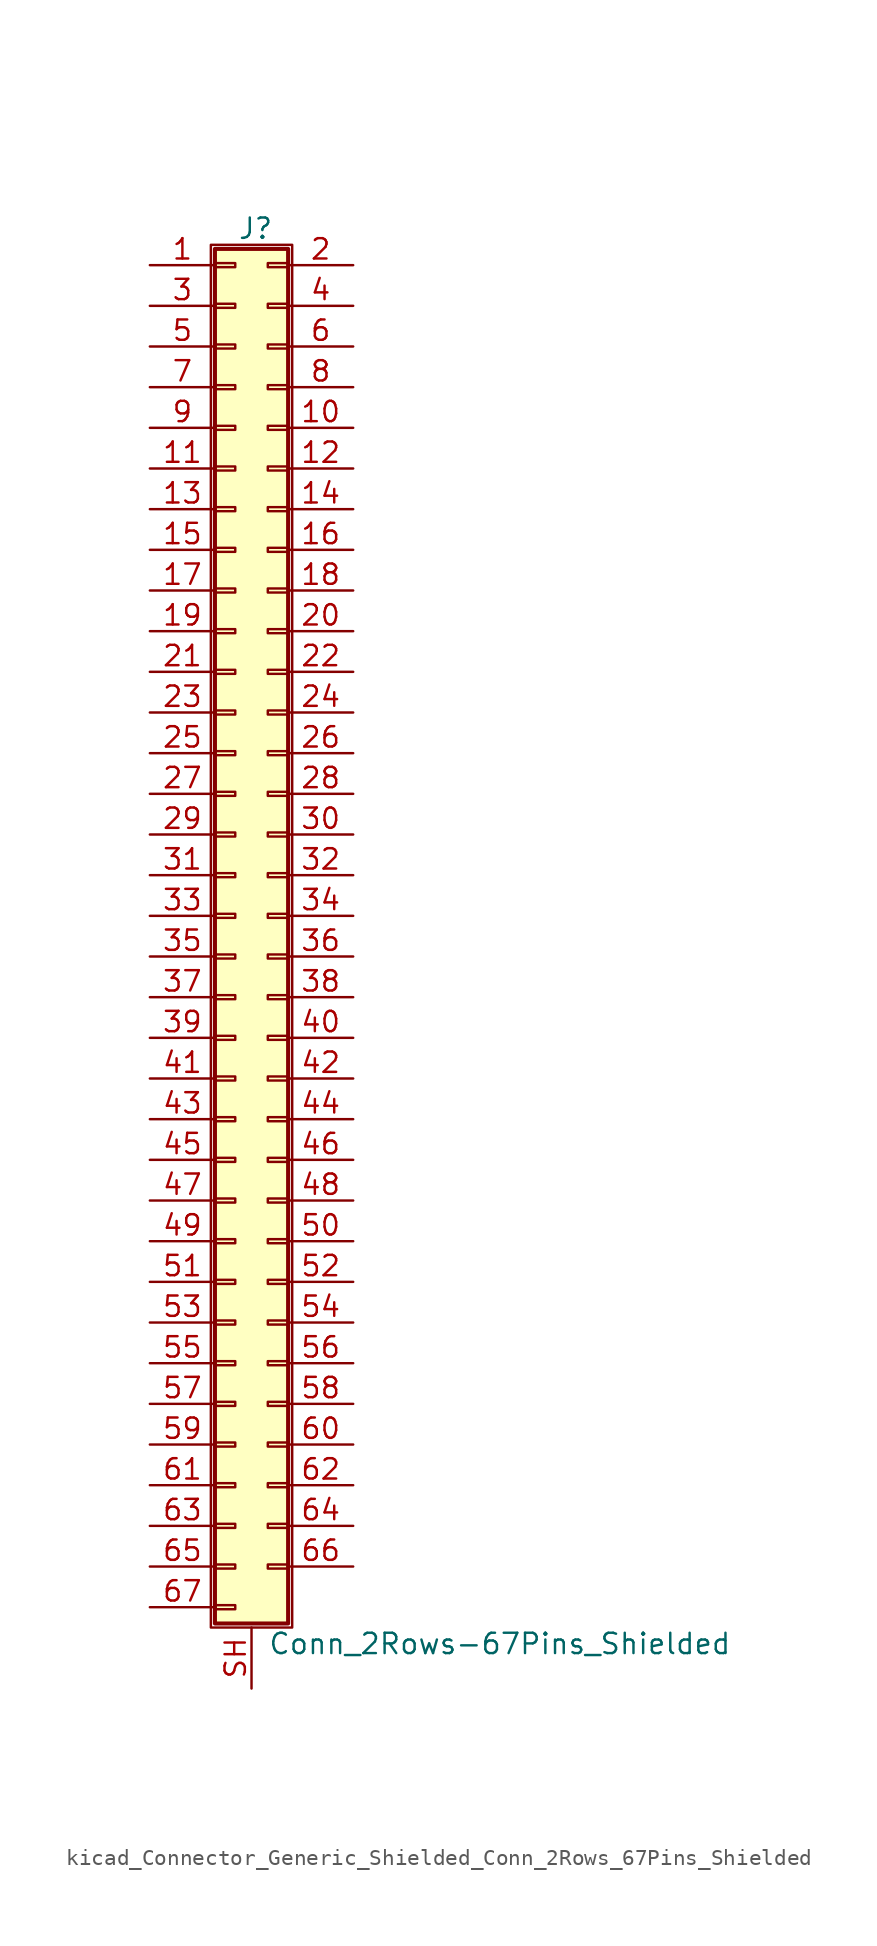
<source format=kicad_sym>
(kicad_symbol_lib
  (version 20220914)
  (generator kicad_symbol_editor)
  (symbol "kicad_Connector_Generic_Shielded_Conn_2Rows_67Pins_Shielded"
    (pin_names
      (offset 1.016) hide)
    (property "Reference" "J"
      (at 1.524 42.926 0)
      (effects (font (size 1.27 1.27))))
    (property "Value" "Conn_2Rows-67Pins_Shielded"
      (at 2.286 -45.466 0)
      (effects (font (size 1.27 1.27)) (justify left)))
    (symbol "kicad_Connector_Generic_Shielded_Conn_2Rows_67Pins_Shielded_1_1"
      (rectangle (start -1.27 41.91) (end 3.81 -44.45) (stroke (width 0.152) (type default)) (fill (type none)))
      (rectangle (start -1.016 -43.053) (end 0.254 -43.307) (stroke (width 0.152) (type default)) (fill (type none)))
      (rectangle (start -1.016 -40.513) (end 0.254 -40.767) (stroke (width 0.152) (type default)) (fill (type none)))
      (rectangle (start -1.016 -37.973) (end 0.254 -38.227) (stroke (width 0.152) (type default)) (fill (type none)))
      (rectangle (start -1.016 -35.433) (end 0.254 -35.687) (stroke (width 0.152) (type default)) (fill (type none)))
      (rectangle (start -1.016 -32.893) (end 0.254 -33.147) (stroke (width 0.152) (type default)) (fill (type none)))
      (rectangle (start -1.016 -30.353) (end 0.254 -30.607) (stroke (width 0.152) (type default)) (fill (type none)))
      (rectangle (start -1.016 -27.813) (end 0.254 -28.067) (stroke (width 0.152) (type default)) (fill (type none)))
      (rectangle (start -1.016 -25.273) (end 0.254 -25.527) (stroke (width 0.152) (type default)) (fill (type none)))
      (rectangle (start -1.016 -22.733) (end 0.254 -22.987) (stroke (width 0.152) (type default)) (fill (type none)))
      (rectangle (start -1.016 -20.193) (end 0.254 -20.447) (stroke (width 0.152) (type default)) (fill (type none)))
      (rectangle (start -1.016 -17.653) (end 0.254 -17.907) (stroke (width 0.152) (type default)) (fill (type none)))
      (rectangle (start -1.016 -15.113) (end 0.254 -15.367) (stroke (width 0.152) (type default)) (fill (type none)))
      (rectangle (start -1.016 -12.573) (end 0.254 -12.827) (stroke (width 0.152) (type default)) (fill (type none)))
      (rectangle (start -1.016 -10.033) (end 0.254 -10.287) (stroke (width 0.152) (type default)) (fill (type none)))
      (rectangle (start -1.016 -7.493) (end 0.254 -7.747) (stroke (width 0.152) (type default)) (fill (type none)))
      (rectangle (start -1.016 -4.953) (end 0.254 -5.207) (stroke (width 0.152) (type default)) (fill (type none)))
      (rectangle (start -1.016 -2.413) (end 0.254 -2.667) (stroke (width 0.152) (type default)) (fill (type none)))
      (rectangle (start -1.016 0.127) (end 0.254 -0.127) (stroke (width 0.152) (type default)) (fill (type none)))
      (rectangle (start -1.016 2.667) (end 0.254 2.413) (stroke (width 0.152) (type default)) (fill (type none)))
      (rectangle (start -1.016 5.207) (end 0.254 4.953) (stroke (width 0.152) (type default)) (fill (type none)))
      (rectangle (start -1.016 7.747) (end 0.254 7.493) (stroke (width 0.152) (type default)) (fill (type none)))
      (rectangle (start -1.016 10.287) (end 0.254 10.033) (stroke (width 0.152) (type default)) (fill (type none)))
      (rectangle (start -1.016 12.827) (end 0.254 12.573) (stroke (width 0.152) (type default)) (fill (type none)))
      (rectangle (start -1.016 15.367) (end 0.254 15.113) (stroke (width 0.152) (type default)) (fill (type none)))
      (rectangle (start -1.016 17.907) (end 0.254 17.653) (stroke (width 0.152) (type default)) (fill (type none)))
      (rectangle (start -1.016 20.447) (end 0.254 20.193) (stroke (width 0.152) (type default)) (fill (type none)))
      (rectangle (start -1.016 22.987) (end 0.254 22.733) (stroke (width 0.152) (type default)) (fill (type none)))
      (rectangle (start -1.016 25.527) (end 0.254 25.273) (stroke (width 0.152) (type default)) (fill (type none)))
      (rectangle (start -1.016 28.067) (end 0.254 27.813) (stroke (width 0.152) (type default)) (fill (type none)))
      (rectangle (start -1.016 30.607) (end 0.254 30.353) (stroke (width 0.152) (type default)) (fill (type none)))
      (rectangle (start -1.016 33.147) (end 0.254 32.893) (stroke (width 0.152) (type default)) (fill (type none)))
      (rectangle (start -1.016 35.687) (end 0.254 35.433) (stroke (width 0.152) (type default)) (fill (type none)))
      (rectangle (start -1.016 38.227) (end 0.254 37.973) (stroke (width 0.152) (type default)) (fill (type none)))
      (rectangle (start -1.016 40.767) (end 0.254 40.513) (stroke (width 0.152) (type default)) (fill (type none)))
      (rectangle (start -1.016 41.656) (end 3.556 -44.196) (stroke (width 0.254) (type default)) (fill (type background)))
      (rectangle (start 3.556 -40.513) (end 2.286 -40.767) (stroke (width 0.152) (type default)) (fill (type none)))
      (rectangle (start 3.556 -37.973) (end 2.286 -38.227) (stroke (width 0.152) (type default)) (fill (type none)))
      (rectangle (start 3.556 -35.433) (end 2.286 -35.687) (stroke (width 0.152) (type default)) (fill (type none)))
      (rectangle (start 3.556 -32.893) (end 2.286 -33.147) (stroke (width 0.152) (type default)) (fill (type none)))
      (rectangle (start 3.556 -30.353) (end 2.286 -30.607) (stroke (width 0.152) (type default)) (fill (type none)))
      (rectangle (start 3.556 -27.813) (end 2.286 -28.067) (stroke (width 0.152) (type default)) (fill (type none)))
      (rectangle (start 3.556 -25.273) (end 2.286 -25.527) (stroke (width 0.152) (type default)) (fill (type none)))
      (rectangle (start 3.556 -22.733) (end 2.286 -22.987) (stroke (width 0.152) (type default)) (fill (type none)))
      (rectangle (start 3.556 -20.193) (end 2.286 -20.447) (stroke (width 0.152) (type default)) (fill (type none)))
      (rectangle (start 3.556 -17.653) (end 2.286 -17.907) (stroke (width 0.152) (type default)) (fill (type none)))
      (rectangle (start 3.556 -15.113) (end 2.286 -15.367) (stroke (width 0.152) (type default)) (fill (type none)))
      (rectangle (start 3.556 -12.573) (end 2.286 -12.827) (stroke (width 0.152) (type default)) (fill (type none)))
      (rectangle (start 3.556 -10.033) (end 2.286 -10.287) (stroke (width 0.152) (type default)) (fill (type none)))
      (rectangle (start 3.556 -7.493) (end 2.286 -7.747) (stroke (width 0.152) (type default)) (fill (type none)))
      (rectangle (start 3.556 -4.953) (end 2.286 -5.207) (stroke (width 0.152) (type default)) (fill (type none)))
      (rectangle (start 3.556 -2.413) (end 2.286 -2.667) (stroke (width 0.152) (type default)) (fill (type none)))
      (rectangle (start 3.556 0.127) (end 2.286 -0.127) (stroke (width 0.152) (type default)) (fill (type none)))
      (rectangle (start 3.556 2.667) (end 2.286 2.413) (stroke (width 0.152) (type default)) (fill (type none)))
      (rectangle (start 3.556 5.207) (end 2.286 4.953) (stroke (width 0.152) (type default)) (fill (type none)))
      (rectangle (start 3.556 7.747) (end 2.286 7.493) (stroke (width 0.152) (type default)) (fill (type none)))
      (rectangle (start 3.556 10.287) (end 2.286 10.033) (stroke (width 0.152) (type default)) (fill (type none)))
      (rectangle (start 3.556 12.827) (end 2.286 12.573) (stroke (width 0.152) (type default)) (fill (type none)))
      (rectangle (start 3.556 15.367) (end 2.286 15.113) (stroke (width 0.152) (type default)) (fill (type none)))
      (rectangle (start 3.556 17.907) (end 2.286 17.653) (stroke (width 0.152) (type default)) (fill (type none)))
      (rectangle (start 3.556 20.447) (end 2.286 20.193) (stroke (width 0.152) (type default)) (fill (type none)))
      (rectangle (start 3.556 22.987) (end 2.286 22.733) (stroke (width 0.152) (type default)) (fill (type none)))
      (rectangle (start 3.556 25.527) (end 2.286 25.273) (stroke (width 0.152) (type default)) (fill (type none)))
      (rectangle (start 3.556 28.067) (end 2.286 27.813) (stroke (width 0.152) (type default)) (fill (type none)))
      (rectangle (start 3.556 30.607) (end 2.286 30.353) (stroke (width 0.152) (type default)) (fill (type none)))
      (rectangle (start 3.556 33.147) (end 2.286 32.893) (stroke (width 0.152) (type default)) (fill (type none)))
      (rectangle (start 3.556 35.687) (end 2.286 35.433) (stroke (width 0.152) (type default)) (fill (type none)))
      (rectangle (start 3.556 38.227) (end 2.286 37.973) (stroke (width 0.152) (type default)) (fill (type none)))
      (rectangle (start 3.556 40.767) (end 2.286 40.513) (stroke (width 0.152) (type default)) (fill (type none)))
      (pin passive line (at -5.08 40.64 0) (length 4.064) (name "Pin_1" (effects (font (size 1.27 1.27)))) (number "1" (effects (font (size 1.27 1.27)))))
      (pin passive line (at 7.62 30.48 180) (length 4.064) (name "Pin_10" (effects (font (size 1.27 1.27)))) (number "10" (effects (font (size 1.27 1.27)))))
      (pin passive line (at -5.08 27.94 0) (length 4.064) (name "Pin_11" (effects (font (size 1.27 1.27)))) (number "11" (effects (font (size 1.27 1.27)))))
      (pin passive line (at 7.62 27.94 180) (length 4.064) (name "Pin_12" (effects (font (size 1.27 1.27)))) (number "12" (effects (font (size 1.27 1.27)))))
      (pin passive line (at -5.08 25.4 0) (length 4.064) (name "Pin_13" (effects (font (size 1.27 1.27)))) (number "13" (effects (font (size 1.27 1.27)))))
      (pin passive line (at 7.62 25.4 180) (length 4.064) (name "Pin_14" (effects (font (size 1.27 1.27)))) (number "14" (effects (font (size 1.27 1.27)))))
      (pin passive line (at -5.08 22.86 0) (length 4.064) (name "Pin_15" (effects (font (size 1.27 1.27)))) (number "15" (effects (font (size 1.27 1.27)))))
      (pin passive line (at 7.62 22.86 180) (length 4.064) (name "Pin_16" (effects (font (size 1.27 1.27)))) (number "16" (effects (font (size 1.27 1.27)))))
      (pin passive line (at -5.08 20.32 0) (length 4.064) (name "Pin_17" (effects (font (size 1.27 1.27)))) (number "17" (effects (font (size 1.27 1.27)))))
      (pin passive line (at 7.62 20.32 180) (length 4.064) (name "Pin_18" (effects (font (size 1.27 1.27)))) (number "18" (effects (font (size 1.27 1.27)))))
      (pin passive line (at -5.08 17.78 0) (length 4.064) (name "Pin_19" (effects (font (size 1.27 1.27)))) (number "19" (effects (font (size 1.27 1.27)))))
      (pin passive line (at 7.62 40.64 180) (length 4.064) (name "Pin_2" (effects (font (size 1.27 1.27)))) (number "2" (effects (font (size 1.27 1.27)))))
      (pin passive line (at 7.62 17.78 180) (length 4.064) (name "Pin_20" (effects (font (size 1.27 1.27)))) (number "20" (effects (font (size 1.27 1.27)))))
      (pin passive line (at -5.08 15.24 0) (length 4.064) (name "Pin_21" (effects (font (size 1.27 1.27)))) (number "21" (effects (font (size 1.27 1.27)))))
      (pin passive line (at 7.62 15.24 180) (length 4.064) (name "Pin_22" (effects (font (size 1.27 1.27)))) (number "22" (effects (font (size 1.27 1.27)))))
      (pin passive line (at -5.08 12.7 0) (length 4.064) (name "Pin_23" (effects (font (size 1.27 1.27)))) (number "23" (effects (font (size 1.27 1.27)))))
      (pin passive line (at 7.62 12.7 180) (length 4.064) (name "Pin_24" (effects (font (size 1.27 1.27)))) (number "24" (effects (font (size 1.27 1.27)))))
      (pin passive line (at -5.08 10.16 0) (length 4.064) (name "Pin_25" (effects (font (size 1.27 1.27)))) (number "25" (effects (font (size 1.27 1.27)))))
      (pin passive line (at 7.62 10.16 180) (length 4.064) (name "Pin_26" (effects (font (size 1.27 1.27)))) (number "26" (effects (font (size 1.27 1.27)))))
      (pin passive line (at -5.08 7.62 0) (length 4.064) (name "Pin_27" (effects (font (size 1.27 1.27)))) (number "27" (effects (font (size 1.27 1.27)))))
      (pin passive line (at 7.62 7.62 180) (length 4.064) (name "Pin_28" (effects (font (size 1.27 1.27)))) (number "28" (effects (font (size 1.27 1.27)))))
      (pin passive line (at -5.08 5.08 0) (length 4.064) (name "Pin_29" (effects (font (size 1.27 1.27)))) (number "29" (effects (font (size 1.27 1.27)))))
      (pin passive line (at -5.08 38.1 0) (length 4.064) (name "Pin_3" (effects (font (size 1.27 1.27)))) (number "3" (effects (font (size 1.27 1.27)))))
      (pin passive line (at 7.62 5.08 180) (length 4.064) (name "Pin_30" (effects (font (size 1.27 1.27)))) (number "30" (effects (font (size 1.27 1.27)))))
      (pin passive line (at -5.08 2.54 0) (length 4.064) (name "Pin_31" (effects (font (size 1.27 1.27)))) (number "31" (effects (font (size 1.27 1.27)))))
      (pin passive line (at 7.62 2.54 180) (length 4.064) (name "Pin_32" (effects (font (size 1.27 1.27)))) (number "32" (effects (font (size 1.27 1.27)))))
      (pin passive line (at -5.08 0 0) (length 4.064) (name "Pin_33" (effects (font (size 1.27 1.27)))) (number "33" (effects (font (size 1.27 1.27)))))
      (pin passive line (at 7.62 0 180) (length 4.064) (name "Pin_34" (effects (font (size 1.27 1.27)))) (number "34" (effects (font (size 1.27 1.27)))))
      (pin passive line (at -5.08 -2.54 0) (length 4.064) (name "Pin_35" (effects (font (size 1.27 1.27)))) (number "35" (effects (font (size 1.27 1.27)))))
      (pin passive line (at 7.62 -2.54 180) (length 4.064) (name "Pin_36" (effects (font (size 1.27 1.27)))) (number "36" (effects (font (size 1.27 1.27)))))
      (pin passive line (at -5.08 -5.08 0) (length 4.064) (name "Pin_37" (effects (font (size 1.27 1.27)))) (number "37" (effects (font (size 1.27 1.27)))))
      (pin passive line (at 7.62 -5.08 180) (length 4.064) (name "Pin_38" (effects (font (size 1.27 1.27)))) (number "38" (effects (font (size 1.27 1.27)))))
      (pin passive line (at -5.08 -7.62 0) (length 4.064) (name "Pin_39" (effects (font (size 1.27 1.27)))) (number "39" (effects (font (size 1.27 1.27)))))
      (pin passive line (at 7.62 38.1 180) (length 4.064) (name "Pin_4" (effects (font (size 1.27 1.27)))) (number "4" (effects (font (size 1.27 1.27)))))
      (pin passive line (at 7.62 -7.62 180) (length 4.064) (name "Pin_40" (effects (font (size 1.27 1.27)))) (number "40" (effects (font (size 1.27 1.27)))))
      (pin passive line (at -5.08 -10.16 0) (length 4.064) (name "Pin_41" (effects (font (size 1.27 1.27)))) (number "41" (effects (font (size 1.27 1.27)))))
      (pin passive line (at 7.62 -10.16 180) (length 4.064) (name "Pin_42" (effects (font (size 1.27 1.27)))) (number "42" (effects (font (size 1.27 1.27)))))
      (pin passive line (at -5.08 -12.7 0) (length 4.064) (name "Pin_43" (effects (font (size 1.27 1.27)))) (number "43" (effects (font (size 1.27 1.27)))))
      (pin passive line (at 7.62 -12.7 180) (length 4.064) (name "Pin_44" (effects (font (size 1.27 1.27)))) (number "44" (effects (font (size 1.27 1.27)))))
      (pin passive line (at -5.08 -15.24 0) (length 4.064) (name "Pin_45" (effects (font (size 1.27 1.27)))) (number "45" (effects (font (size 1.27 1.27)))))
      (pin passive line (at 7.62 -15.24 180) (length 4.064) (name "Pin_46" (effects (font (size 1.27 1.27)))) (number "46" (effects (font (size 1.27 1.27)))))
      (pin passive line (at -5.08 -17.78 0) (length 4.064) (name "Pin_47" (effects (font (size 1.27 1.27)))) (number "47" (effects (font (size 1.27 1.27)))))
      (pin passive line (at 7.62 -17.78 180) (length 4.064) (name "Pin_48" (effects (font (size 1.27 1.27)))) (number "48" (effects (font (size 1.27 1.27)))))
      (pin passive line (at -5.08 -20.32 0) (length 4.064) (name "Pin_49" (effects (font (size 1.27 1.27)))) (number "49" (effects (font (size 1.27 1.27)))))
      (pin passive line (at -5.08 35.56 0) (length 4.064) (name "Pin_5" (effects (font (size 1.27 1.27)))) (number "5" (effects (font (size 1.27 1.27)))))
      (pin passive line (at 7.62 -20.32 180) (length 4.064) (name "Pin_50" (effects (font (size 1.27 1.27)))) (number "50" (effects (font (size 1.27 1.27)))))
      (pin passive line (at -5.08 -22.86 0) (length 4.064) (name "Pin_51" (effects (font (size 1.27 1.27)))) (number "51" (effects (font (size 1.27 1.27)))))
      (pin passive line (at 7.62 -22.86 180) (length 4.064) (name "Pin_52" (effects (font (size 1.27 1.27)))) (number "52" (effects (font (size 1.27 1.27)))))
      (pin passive line (at -5.08 -25.4 0) (length 4.064) (name "Pin_53" (effects (font (size 1.27 1.27)))) (number "53" (effects (font (size 1.27 1.27)))))
      (pin passive line (at 7.62 -25.4 180) (length 4.064) (name "Pin_54" (effects (font (size 1.27 1.27)))) (number "54" (effects (font (size 1.27 1.27)))))
      (pin passive line (at -5.08 -27.94 0) (length 4.064) (name "Pin_55" (effects (font (size 1.27 1.27)))) (number "55" (effects (font (size 1.27 1.27)))))
      (pin passive line (at 7.62 -27.94 180) (length 4.064) (name "Pin_56" (effects (font (size 1.27 1.27)))) (number "56" (effects (font (size 1.27 1.27)))))
      (pin passive line (at -5.08 -30.48 0) (length 4.064) (name "Pin_57" (effects (font (size 1.27 1.27)))) (number "57" (effects (font (size 1.27 1.27)))))
      (pin passive line (at 7.62 -30.48 180) (length 4.064) (name "Pin_58" (effects (font (size 1.27 1.27)))) (number "58" (effects (font (size 1.27 1.27)))))
      (pin passive line (at -5.08 -33.02 0) (length 4.064) (name "Pin_59" (effects (font (size 1.27 1.27)))) (number "59" (effects (font (size 1.27 1.27)))))
      (pin passive line (at 7.62 35.56 180) (length 4.064) (name "Pin_6" (effects (font (size 1.27 1.27)))) (number "6" (effects (font (size 1.27 1.27)))))
      (pin passive line (at 7.62 -33.02 180) (length 4.064) (name "Pin_60" (effects (font (size 1.27 1.27)))) (number "60" (effects (font (size 1.27 1.27)))))
      (pin passive line (at -5.08 -35.56 0) (length 4.064) (name "Pin_61" (effects (font (size 1.27 1.27)))) (number "61" (effects (font (size 1.27 1.27)))))
      (pin passive line (at 7.62 -35.56 180) (length 4.064) (name "Pin_62" (effects (font (size 1.27 1.27)))) (number "62" (effects (font (size 1.27 1.27)))))
      (pin passive line (at -5.08 -38.1 0) (length 4.064) (name "Pin_63" (effects (font (size 1.27 1.27)))) (number "63" (effects (font (size 1.27 1.27)))))
      (pin passive line (at 7.62 -38.1 180) (length 4.064) (name "Pin_64" (effects (font (size 1.27 1.27)))) (number "64" (effects (font (size 1.27 1.27)))))
      (pin passive line (at -5.08 -40.64 0) (length 4.064) (name "Pin_65" (effects (font (size 1.27 1.27)))) (number "65" (effects (font (size 1.27 1.27)))))
      (pin passive line (at 7.62 -40.64 180) (length 4.064) (name "Pin_66" (effects (font (size 1.27 1.27)))) (number "66" (effects (font (size 1.27 1.27)))))
      (pin passive line (at -5.08 -43.18 0) (length 4.064) (name "Pin_67" (effects (font (size 1.27 1.27)))) (number "67" (effects (font (size 1.27 1.27)))))
      (pin passive line (at -5.08 33.02 0) (length 4.064) (name "Pin_7" (effects (font (size 1.27 1.27)))) (number "7" (effects (font (size 1.27 1.27)))))
      (pin passive line (at 7.62 33.02 180) (length 4.064) (name "Pin_8" (effects (font (size 1.27 1.27)))) (number "8" (effects (font (size 1.27 1.27)))))
      (pin passive line (at -5.08 30.48 0) (length 4.064) (name "Pin_9" (effects (font (size 1.27 1.27)))) (number "9" (effects (font (size 1.27 1.27)))))
      (pin passive line (at 1.27 -48.26 90) (length 3.81) (name "Shield" (effects (font (size 1.27 1.27)))) (number "SH" (effects (font (size 1.27 1.27))))))))
</source>
